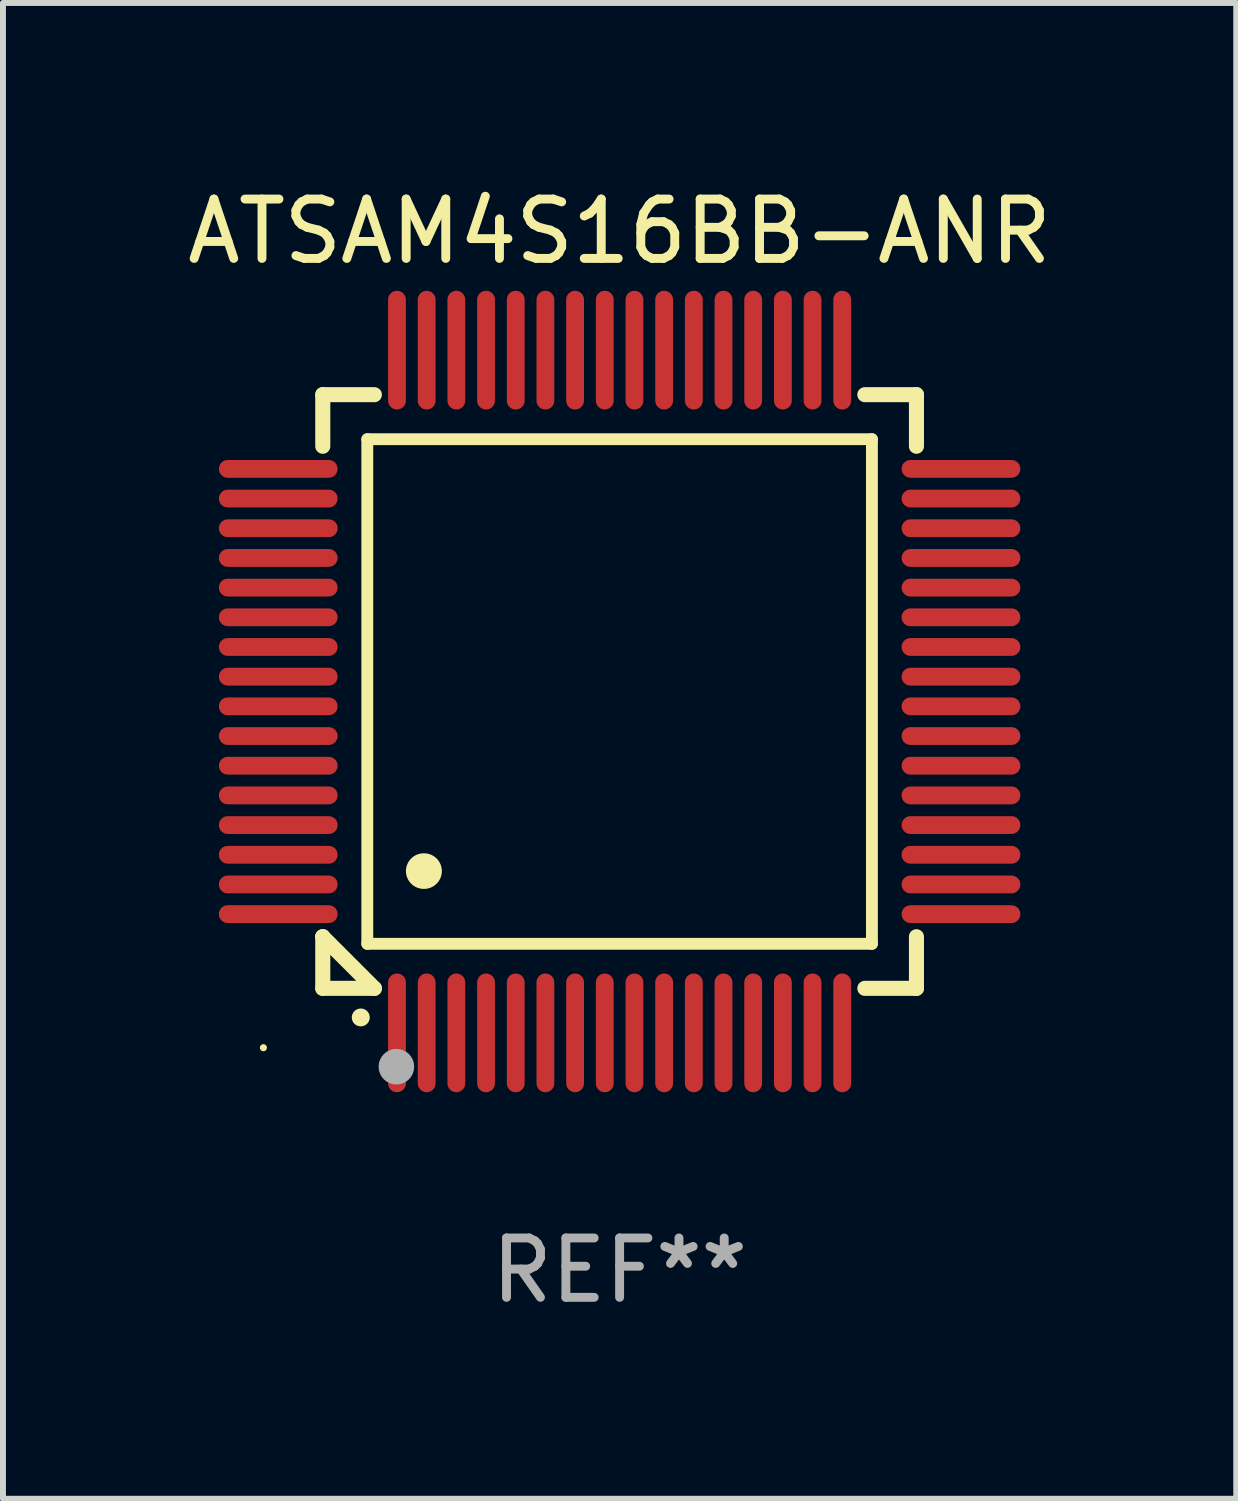
<source format=kicad_pcb>
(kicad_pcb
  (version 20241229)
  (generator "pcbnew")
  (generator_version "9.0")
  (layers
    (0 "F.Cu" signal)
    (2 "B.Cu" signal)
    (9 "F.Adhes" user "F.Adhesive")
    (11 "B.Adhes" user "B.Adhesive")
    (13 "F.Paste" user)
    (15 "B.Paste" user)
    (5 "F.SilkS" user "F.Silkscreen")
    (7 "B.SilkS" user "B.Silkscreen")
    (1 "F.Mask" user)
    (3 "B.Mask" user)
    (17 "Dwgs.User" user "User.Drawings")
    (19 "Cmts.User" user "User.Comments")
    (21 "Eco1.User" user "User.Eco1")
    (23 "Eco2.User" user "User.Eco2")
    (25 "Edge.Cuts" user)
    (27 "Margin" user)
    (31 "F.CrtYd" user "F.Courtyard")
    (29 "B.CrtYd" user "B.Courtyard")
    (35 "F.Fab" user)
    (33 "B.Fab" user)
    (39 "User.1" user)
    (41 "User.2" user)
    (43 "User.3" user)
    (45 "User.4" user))
  (footprint "ATSAM4S16BB-ANR"
    (layer "F.Cu")
    (at 7.387 8.598)
    (property "Reference" "ATSAM4S16BB-ANR" (at 0 -7.75 0) (layer "F.SilkS") (effects (font (size 1 1) (thickness 0.15))))
    (attr through_hole)
    (fp_line (start -5 -5) (end -4.131 -5) (stroke (width 0.254) (type solid)) (layer "F.SilkS"))
    (fp_line (start -5 -4.131) (end -5 -5) (stroke (width 0.254) (type solid)) (layer "F.SilkS"))
    (fp_line (start -5 4.131) (end -5 4.131) (stroke (width 0.254) (type solid)) (layer "F.SilkS"))
    (fp_line (start -5 5) (end -5 4.131) (stroke (width 0.254) (type solid)) (layer "F.SilkS"))
    (fp_line (start -5 4.131) (end -4.131 5) (stroke (width 0.254) (type solid)) (layer "F.SilkS"))
    (fp_line (start -4.25 -4.25) (end -4.25 4.25) (stroke (width 0.2) (type solid)) (layer "F.SilkS"))
    (fp_line (start -4.25 4.25) (end 4.25 4.25) (stroke (width 0.2) (type solid)) (layer "F.SilkS"))
    (fp_line (start -4.131 5) (end -5 5) (stroke (width 0.254) (type solid)) (layer "F.SilkS"))
    (fp_line (start 4.25 -4.25) (end -4.25 -4.25) (stroke (width 0.2) (type solid)) (layer "F.SilkS"))
    (fp_line (start 4.25 4.25) (end 4.25 -4.25) (stroke (width 0.2) (type solid)) (layer "F.SilkS"))
    (fp_line (start 5 -5) (end 4.131 -5) (stroke (width 0.254) (type solid)) (layer "F.SilkS"))
    (fp_line (start 5 -5) (end 5 -4.131) (stroke (width 0.254) (type solid)) (layer "F.SilkS"))
    (fp_line (start 5 4.131) (end 5 5) (stroke (width 0.254) (type solid)) (layer "F.SilkS"))
    (fp_line (start 5 5) (end 4.131 5) (stroke (width 0.254) (type solid)) (layer "F.SilkS"))
    (fp_arc (start -4.361265 5.489992) (mid -4.359995 5.489987) (end -4.358725 5.489992) (stroke (width 0.3) (type solid)) (layer "F.SilkS"))
    (fp_arc (start -3.299467 3.025146) (mid -3.296927 3.025135) (end -3.294387 3.025146) (stroke (width 0.6) (type solid)) (layer "F.SilkS"))
    (fp_circle (center -6 6) (end -5.97 6) (stroke (width 0.06) (type solid)) (fill no) (layer "F.SilkS"))
    (fp_circle (center -3.76 6.32) (end -3.61 6.32) (stroke (width 0.3) (type solid)) (fill no) (layer "F.Fab"))
    (fp_text user "REF**" (at 0 9.75 0) (layer "F.Fab") (effects (font (size 1 1) (thickness 0.15))))
    (pad "1" smd oval (at -3.75 5.75) (size 0.3 2) (layers "F.Cu" "F.Mask" "F.Paste"))
    (pad "2" smd oval (at -3.25 5.75) (size 0.3 2) (layers "F.Cu" "F.Mask" "F.Paste"))
    (pad "3" smd oval (at -2.75 5.75) (size 0.3 2) (layers "F.Cu" "F.Mask" "F.Paste"))
    (pad "4" smd oval (at -2.25 5.75) (size 0.3 2) (layers "F.Cu" "F.Mask" "F.Paste"))
    (pad "5" smd oval (at -1.75 5.75) (size 0.3 2) (layers "F.Cu" "F.Mask" "F.Paste"))
    (pad "6" smd oval (at -1.25 5.75) (size 0.3 2) (layers "F.Cu" "F.Mask" "F.Paste"))
    (pad "7" smd oval (at -0.75 5.75) (size 0.3 2) (layers "F.Cu" "F.Mask" "F.Paste"))
    (pad "8" smd oval (at -0.25 5.75) (size 0.3 2) (layers "F.Cu" "F.Mask" "F.Paste"))
    (pad "9" smd oval (at 0.25 5.75) (size 0.3 2) (layers "F.Cu" "F.Mask" "F.Paste"))
    (pad "10" smd oval (at 0.75 5.75) (size 0.3 2) (layers "F.Cu" "F.Mask" "F.Paste"))
    (pad "11" smd oval (at 1.25 5.75) (size 0.3 2) (layers "F.Cu" "F.Mask" "F.Paste"))
    (pad "12" smd oval (at 1.75 5.75) (size 0.3 2) (layers "F.Cu" "F.Mask" "F.Paste"))
    (pad "13" smd oval (at 2.25 5.75) (size 0.3 2) (layers "F.Cu" "F.Mask" "F.Paste"))
    (pad "14" smd oval (at 2.75 5.75) (size 0.3 2) (layers "F.Cu" "F.Mask" "F.Paste"))
    (pad "15" smd oval (at 3.25 5.75) (size 0.3 2) (layers "F.Cu" "F.Mask" "F.Paste"))
    (pad "16" smd oval (at 3.75 5.75) (size 0.3 2) (layers "F.Cu" "F.Mask" "F.Paste"))
    (pad "17" smd oval (at 5.75 3.75) (size 2 0.3) (layers "F.Cu" "F.Mask" "F.Paste"))
    (pad "18" smd oval (at 5.75 3.25) (size 2 0.3) (layers "F.Cu" "F.Mask" "F.Paste"))
    (pad "19" smd oval (at 5.75 2.75) (size 2 0.3) (layers "F.Cu" "F.Mask" "F.Paste"))
    (pad "20" smd oval (at 5.75 2.25) (size 2 0.3) (layers "F.Cu" "F.Mask" "F.Paste"))
    (pad "21" smd oval (at 5.75 1.75) (size 2 0.3) (layers "F.Cu" "F.Mask" "F.Paste"))
    (pad "22" smd oval (at 5.75 1.25) (size 2 0.3) (layers "F.Cu" "F.Mask" "F.Paste"))
    (pad "23" smd oval (at 5.75 0.75) (size 2 0.3) (layers "F.Cu" "F.Mask" "F.Paste"))
    (pad "24" smd oval (at 5.75 0.25) (size 2 0.3) (layers "F.Cu" "F.Mask" "F.Paste"))
    (pad "25" smd oval (at 5.75 -0.25) (size 2 0.3) (layers "F.Cu" "F.Mask" "F.Paste"))
    (pad "26" smd oval (at 5.75 -0.75) (size 2 0.3) (layers "F.Cu" "F.Mask" "F.Paste"))
    (pad "27" smd oval (at 5.75 -1.25) (size 2 0.3) (layers "F.Cu" "F.Mask" "F.Paste"))
    (pad "28" smd oval (at 5.75 -1.75) (size 2 0.3) (layers "F.Cu" "F.Mask" "F.Paste"))
    (pad "29" smd oval (at 5.75 -2.25) (size 2 0.3) (layers "F.Cu" "F.Mask" "F.Paste"))
    (pad "30" smd oval (at 5.75 -2.75) (size 2 0.3) (layers "F.Cu" "F.Mask" "F.Paste"))
    (pad "31" smd oval (at 5.75 -3.25) (size 2 0.3) (layers "F.Cu" "F.Mask" "F.Paste"))
    (pad "32" smd oval (at 5.75 -3.75) (size 2 0.3) (layers "F.Cu" "F.Mask" "F.Paste"))
    (pad "33" smd oval (at 3.75 -5.75) (size 0.3 2) (layers "F.Cu" "F.Mask" "F.Paste"))
    (pad "34" smd oval (at 3.25 -5.75) (size 0.3 2) (layers "F.Cu" "F.Mask" "F.Paste"))
    (pad "35" smd oval (at 2.75 -5.75) (size 0.3 2) (layers "F.Cu" "F.Mask" "F.Paste"))
    (pad "36" smd oval (at 2.25 -5.75) (size 0.3 2) (layers "F.Cu" "F.Mask" "F.Paste"))
    (pad "37" smd oval (at 1.75 -5.75) (size 0.3 2) (layers "F.Cu" "F.Mask" "F.Paste"))
    (pad "38" smd oval (at 1.25 -5.75) (size 0.3 2) (layers "F.Cu" "F.Mask" "F.Paste"))
    (pad "39" smd oval (at 0.75 -5.75) (size 0.3 2) (layers "F.Cu" "F.Mask" "F.Paste"))
    (pad "40" smd oval (at 0.25 -5.75) (size 0.3 2) (layers "F.Cu" "F.Mask" "F.Paste"))
    (pad "41" smd oval (at -0.25 -5.75) (size 0.3 2) (layers "F.Cu" "F.Mask" "F.Paste"))
    (pad "42" smd oval (at -0.75 -5.75) (size 0.3 2) (layers "F.Cu" "F.Mask" "F.Paste"))
    (pad "43" smd oval (at -1.25 -5.75) (size 0.3 2) (layers "F.Cu" "F.Mask" "F.Paste"))
    (pad "44" smd oval (at -1.75 -5.75) (size 0.3 2) (layers "F.Cu" "F.Mask" "F.Paste"))
    (pad "45" smd oval (at -2.25 -5.75) (size 0.3 2) (layers "F.Cu" "F.Mask" "F.Paste"))
    (pad "46" smd oval (at -2.75 -5.75) (size 0.3 2) (layers "F.Cu" "F.Mask" "F.Paste"))
    (pad "47" smd oval (at -3.25 -5.75) (size 0.3 2) (layers "F.Cu" "F.Mask" "F.Paste"))
    (pad "48" smd oval (at -3.75 -5.75) (size 0.3 2) (layers "F.Cu" "F.Mask" "F.Paste"))
    (pad "49" smd oval (at -5.75 -3.75) (size 2 0.3) (layers "F.Cu" "F.Mask" "F.Paste"))
    (pad "50" smd oval (at -5.75 -3.25) (size 2 0.3) (layers "F.Cu" "F.Mask" "F.Paste"))
    (pad "51" smd oval (at -5.75 -2.75) (size 2 0.3) (layers "F.Cu" "F.Mask" "F.Paste"))
    (pad "52" smd oval (at -5.75 -2.25) (size 2 0.3) (layers "F.Cu" "F.Mask" "F.Paste"))
    (pad "53" smd oval (at -5.75 -1.75) (size 2 0.3) (layers "F.Cu" "F.Mask" "F.Paste"))
    (pad "54" smd oval (at -5.75 -1.25) (size 2 0.3) (layers "F.Cu" "F.Mask" "F.Paste"))
    (pad "55" smd oval (at -5.75 -0.75) (size 2 0.3) (layers "F.Cu" "F.Mask" "F.Paste"))
    (pad "56" smd oval (at -5.75 -0.25) (size 2 0.3) (layers "F.Cu" "F.Mask" "F.Paste"))
    (pad "57" smd oval (at -5.75 0.25) (size 2 0.3) (layers "F.Cu" "F.Mask" "F.Paste"))
    (pad "58" smd oval (at -5.75 0.75) (size 2 0.3) (layers "F.Cu" "F.Mask" "F.Paste"))
    (pad "59" smd oval (at -5.75 1.25) (size 2 0.3) (layers "F.Cu" "F.Mask" "F.Paste"))
    (pad "60" smd oval (at -5.75 1.75) (size 2 0.3) (layers "F.Cu" "F.Mask" "F.Paste"))
    (pad "61" smd oval (at -5.75 2.25) (size 2 0.3) (layers "F.Cu" "F.Mask" "F.Paste"))
    (pad "62" smd oval (at -5.75 2.75) (size 2 0.3) (layers "F.Cu" "F.Mask" "F.Paste"))
    (pad "63" smd oval (at -5.75 3.25) (size 2 0.3) (layers "F.Cu" "F.Mask" "F.Paste"))
    (pad "64" smd oval (at -5.75 3.75) (size 2 0.3) (layers "F.Cu" "F.Mask" "F.Paste")))
  (gr_rect
    (start -3 -3)
    (end 17.774 22.196)
    (stroke (width 0.1) (type default))
    (fill no)
    (layer "Edge.Cuts")))
</source>
